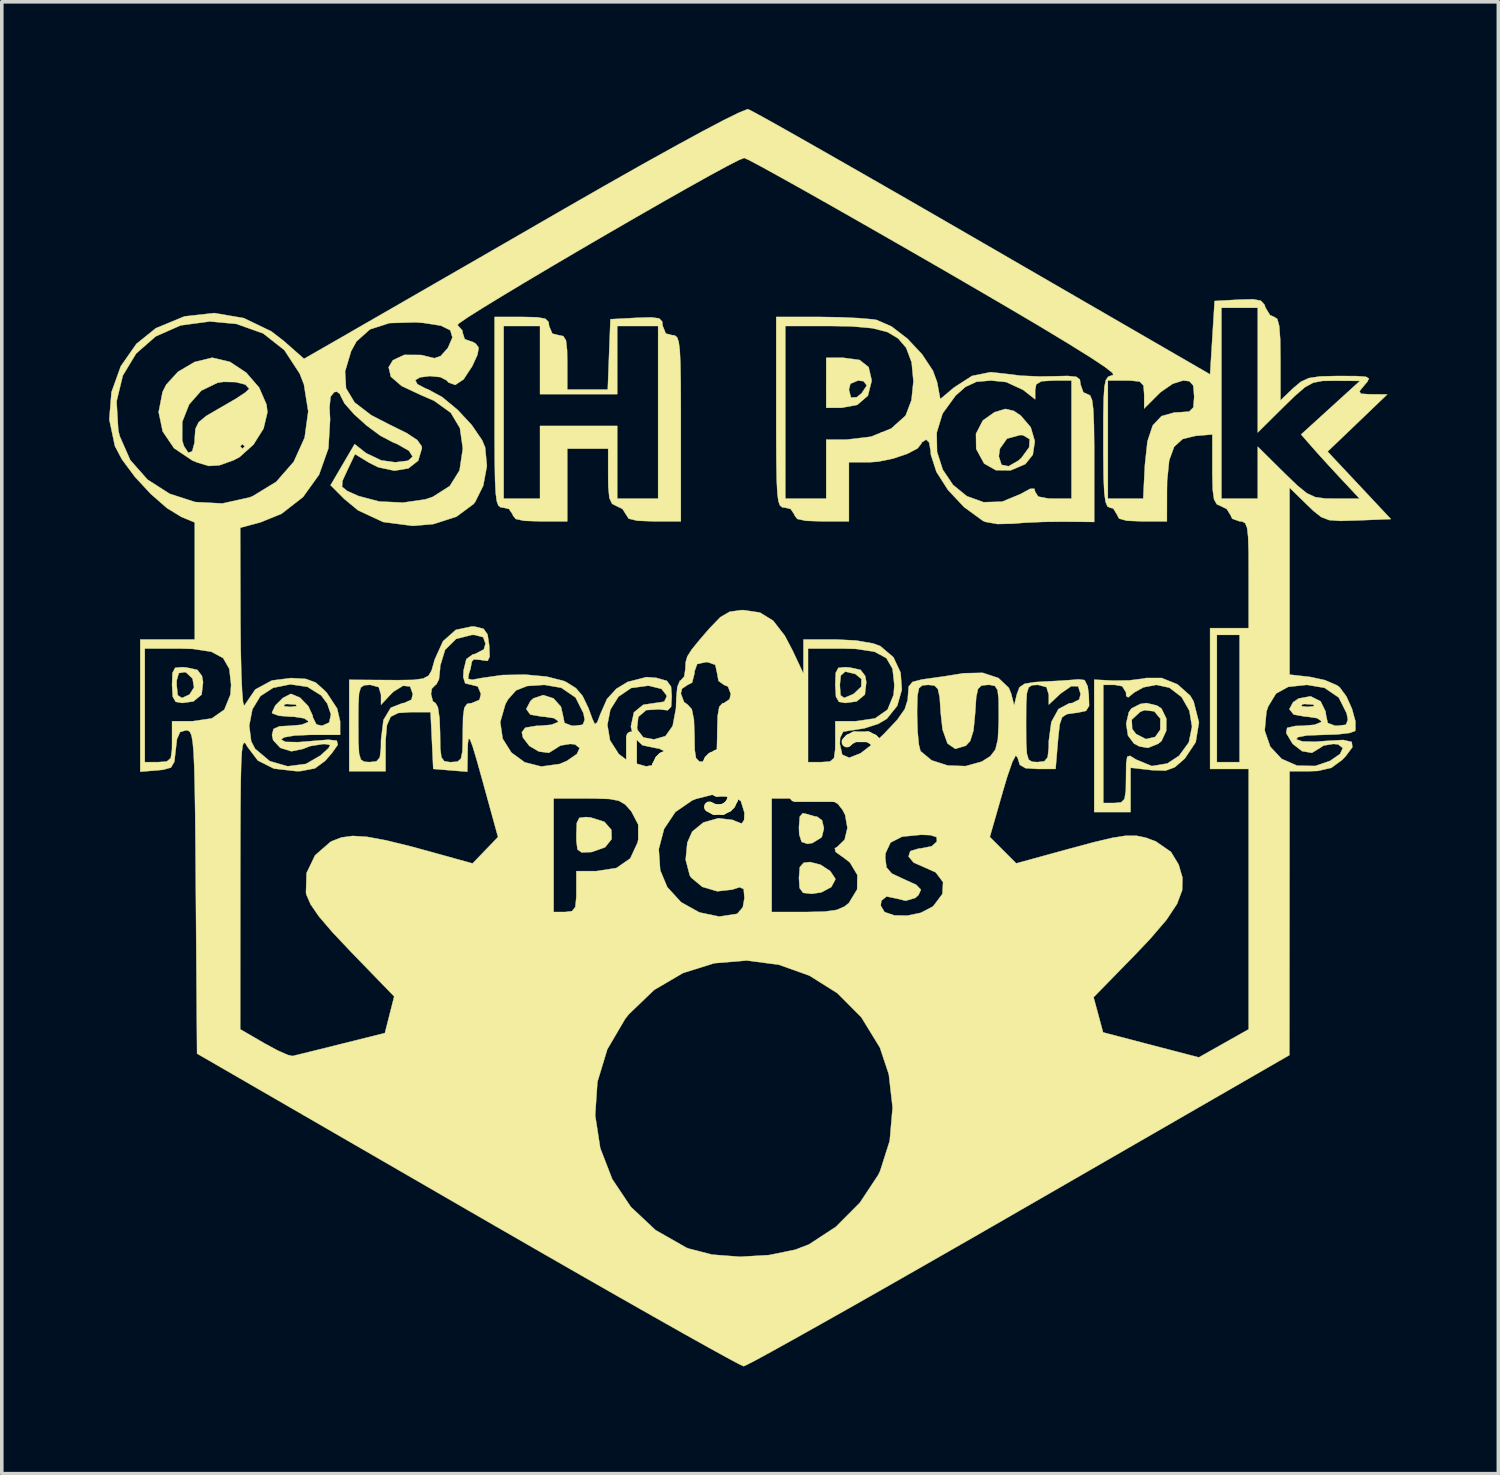
<source format=kicad_pcb>
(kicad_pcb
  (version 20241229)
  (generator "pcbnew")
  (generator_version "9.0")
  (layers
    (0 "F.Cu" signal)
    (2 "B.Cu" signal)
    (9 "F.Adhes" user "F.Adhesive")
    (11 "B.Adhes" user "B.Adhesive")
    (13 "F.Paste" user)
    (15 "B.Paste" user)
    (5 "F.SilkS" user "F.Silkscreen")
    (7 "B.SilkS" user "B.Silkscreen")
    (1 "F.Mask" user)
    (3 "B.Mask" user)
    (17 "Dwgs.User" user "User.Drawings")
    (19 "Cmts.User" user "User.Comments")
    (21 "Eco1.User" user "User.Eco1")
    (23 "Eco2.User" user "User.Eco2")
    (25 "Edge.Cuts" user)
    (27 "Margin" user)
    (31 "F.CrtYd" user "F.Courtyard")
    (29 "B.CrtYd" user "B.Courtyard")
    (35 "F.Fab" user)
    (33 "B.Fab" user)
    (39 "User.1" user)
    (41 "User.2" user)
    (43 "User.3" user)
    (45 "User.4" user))
  (footprint "logo_2"
    (layer "F.Cu")
    (at 18.016 18.383)
    (property "Reference" "logo_2" (at 0 0 0) (layer "F.SilkS") (effects (font (size 1.524 1.524) (thickness 0.3))))
    (attr through_hole)
    (fp_poly (pts (xy 1.874 2.742) (xy 2.143 2.918) (xy 2.282 3.125) (xy 2.286 3.159) (xy 2.174 3.367) (xy 1.896 3.515) (xy 1.626 3.556) (xy 1.386 3.528) (xy 1.288 3.395) (xy 1.27 3.111) (xy 1.294 2.81) (xy 1.401 2.687) (xy 1.578 2.667)) (stroke (width 0.01) (type solid)) (fill yes) (layer "F.SilkS"))
    (fp_poly (pts (xy -4.553 1.421) (xy -4.169 1.542) (xy -3.974 1.766) (xy -3.967 2.026) (xy -4.15 2.255) (xy -4.521 2.386) (xy -4.553 2.389) (xy -4.806 2.399) (xy -4.921 2.317) (xy -4.952 2.077) (xy -4.953 1.905) (xy -4.941 1.574) (xy -4.87 1.431) (xy -4.684 1.409)) (stroke (width 0.01) (type solid)) (fill yes) (layer "F.SilkS"))
    (fp_poly (pts (xy 1.471 1.32) (xy 1.704 1.388) (xy 1.775 1.397) (xy 1.915 1.5) (xy 1.969 1.727) (xy 1.912 1.957) (xy 1.892 1.985) (xy 1.647 2.135) (xy 1.508 2.159) (xy 1.345 2.104) (xy 1.278 1.898) (xy 1.27 1.701) (xy 1.292 1.4) (xy 1.376 1.302)) (stroke (width 0.01) (type solid)) (fill yes) (layer "F.SilkS"))
    (fp_poly (pts (xy 2.965 -11.369) (xy 3.218 -11.17) (xy 3.302 -10.808) (xy 3.302 -10.779) (xy 3.198 -10.37) (xy 2.9 -10.114) (xy 2.467 -10.033) (xy 2.032 -10.033) (xy 2.032 -10.541) (xy 2.667 -10.541) (xy 2.724 -10.32) (xy 2.885 -10.327) (xy 3.023 -10.439) (xy 3.166 -10.656) (xy 3.078 -10.775) (xy 2.921 -10.795) (xy 2.709 -10.705) (xy 2.667 -10.541) (xy 2.032 -10.541) (xy 2.032 -11.43) (xy 2.515 -11.43)) (stroke (width 0.01) (type solid)) (fill yes) (layer "F.SilkS"))
    (fp_poly (pts (xy -15.843 -2.77) (xy -15.548 -2.705) (xy -15.42 -2.537) (xy -15.389 -2.363) (xy -15.429 -2.013) (xy -15.66 -1.823) (xy -15.97 -1.78) (xy -16.154 -1.812) (xy -16.237 -1.956) (xy -16.256 -2.282) (xy -16.256 -2.294) (xy -16.256 -2.295) (xy -16.129 -2.295) (xy -16.097 -1.996) (xy -15.979 -1.919) (xy -15.767 -2.017) (xy -15.642 -2.217) (xy -15.683 -2.462) (xy -15.861 -2.63) (xy -15.908 -2.643) (xy -16.067 -2.615) (xy -16.126 -2.41) (xy -16.129 -2.295) (xy -16.256 -2.295) (xy -16.244 -2.621) (xy -16.17 -2.762) (xy -15.976 -2.782)) (stroke (width 0.01) (type solid)) (fill yes) (layer "F.SilkS"))
    (fp_poly (pts (xy 2.699 -2.77) (xy 2.994 -2.705) (xy 3.122 -2.537) (xy 3.153 -2.363) (xy 3.113 -2.013) (xy 2.882 -1.823) (xy 2.572 -1.78) (xy 2.388 -1.812) (xy 2.305 -1.956) (xy 2.286 -2.282) (xy 2.286 -2.286) (xy 2.413 -2.286) (xy 2.433 -1.996) (xy 2.534 -1.921) (xy 2.775 -2.022) (xy 2.802 -2.036) (xy 3.012 -2.236) (xy 3.017 -2.451) (xy 2.847 -2.59) (xy 2.565 -2.658) (xy 2.439 -2.547) (xy 2.413 -2.286) (xy 2.286 -2.286) (xy 2.286 -2.294) (xy 2.298 -2.621) (xy 2.372 -2.762) (xy 2.566 -2.782)) (stroke (width 0.01) (type solid)) (fill yes) (layer "F.SilkS"))
    (fp_poly (pts (xy 11.277 -1.709) (xy 11.405 -1.626) (xy 11.542 -1.344) (xy 11.538 -1.001) (xy 11.406 -0.715) (xy 11.311 -0.639) (xy 11.026 -0.524) (xy 10.787 -0.566) (xy 10.636 -0.645) (xy 10.469 -0.869) (xy 10.418 -1.202) (xy 10.444 -1.313) (xy 10.574 -1.313) (xy 10.586 -1.057) (xy 10.693 -0.914) (xy 10.968 -0.771) (xy 11.229 -0.83) (xy 11.371 -1.03) (xy 11.373 -1.343) (xy 11.204 -1.546) (xy 10.931 -1.579) (xy 10.81 -1.532) (xy 10.574 -1.313) (xy 10.444 -1.313) (xy 10.492 -1.521) (xy 10.566 -1.626) (xy 10.814 -1.753) (xy 10.986 -1.778)) (stroke (width 0.01) (type solid)) (fill yes) (layer "F.SilkS"))
    (fp_poly (pts (xy 7.276 -9.946) (xy 7.469 -9.817) (xy 7.75 -9.489) (xy 7.865 -9.096) (xy 7.808 -8.719) (xy 7.599 -8.458) (xy 7.188 -8.283) (xy 6.775 -8.288) (xy 6.45 -8.472) (xy 6.445 -8.477) (xy 6.338 -8.674) (xy 6.858 -8.674) (xy 6.933 -8.438) (xy 7.13 -8.398) (xy 7.409 -8.558) (xy 7.493 -8.636) (xy 7.707 -8.93) (xy 7.721 -9.153) (xy 7.538 -9.265) (xy 7.455 -9.271) (xy 7.086 -9.17) (xy 6.886 -8.885) (xy 6.858 -8.674) (xy 6.338 -8.674) (xy 6.225 -8.882) (xy 6.219 -9.306) (xy 6.412 -9.679) (xy 6.737 -9.909) (xy 7.041 -10.001)) (stroke (width 0.01) (type solid)) (fill yes) (layer "F.SilkS"))
    (fp_poly (pts (xy 11.855 -2.299) (xy 12.207 -1.986) (xy 12.304 -1.824) (xy 12.453 -1.236) (xy 12.363 -0.685) (xy 12.059 -0.228) (xy 11.78 0.015) (xy 11.521 0.111) (xy 11.157 0.1) (xy 11.106 0.095) (xy 10.541 0.031) (xy 10.541 1.27) (xy 9.525 1.27) (xy 9.525 -2.286) (xy 9.779 -2.286) (xy 9.779 1.016) (xy 10.097 1.016) (xy 10.278 0.998) (xy 10.372 0.903) (xy 10.409 0.669) (xy 10.414 0.31) (xy 10.418 -0.089) (xy 10.448 -0.278) (xy 10.527 -0.303) (xy 10.681 -0.208) (xy 10.696 -0.198) (xy 11.132 -0.017) (xy 11.569 -0.088) (xy 11.896 -0.304) (xy 12.17 -0.678) (xy 12.259 -1.119) (xy 12.185 -1.563) (xy 11.967 -1.947) (xy 11.626 -2.208) (xy 11.259 -2.286) (xy 10.901 -2.217) (xy 10.646 -2.076) (xy 10.474 -1.936) (xy 10.418 -1.974) (xy 10.414 -2.076) (xy 10.308 -2.248) (xy 10.097 -2.286) (xy 9.779 -2.286) (xy 9.525 -2.286) (xy 9.525 -2.432) (xy 10.065 -2.405) (xy 10.506 -2.412) (xy 10.909 -2.463) (xy 10.973 -2.478) (xy 11.411 -2.479)) (stroke (width 0.01) (type solid)) (fill yes) (layer "F.SilkS"))
    (fp_poly (pts (xy -14.638 -11.316) (xy -14.183 -11.016) (xy -13.82 -10.596) (xy -13.614 -10.12) (xy -13.59 -9.906) (xy -13.698 -9.452) (xy -13.979 -9.004) (xy -14.367 -8.656) (xy -14.54 -8.565) (xy -14.93 -8.425) (xy -15.228 -8.406) (xy -15.564 -8.507) (xy -15.695 -8.563) (xy -16.199 -8.902) (xy -16.353 -9.128) (xy -15.973 -9.128) (xy -15.925 -8.964) (xy -15.802 -8.776) (xy -15.692 -8.816) (xy -15.656 -8.954) (xy -14.351 -8.954) (xy -14.287 -8.89) (xy -14.224 -8.954) (xy -14.287 -9.017) (xy -14.351 -8.954) (xy -15.656 -8.954) (xy -15.627 -9.06) (xy -15.621 -9.203) (xy -15.602 -9.447) (xy -15.513 -9.628) (xy -15.303 -9.803) (xy -14.921 -10.026) (xy -14.861 -10.06) (xy -14.48 -10.281) (xy -14.206 -10.461) (xy -14.099 -10.563) (xy -14.099 -10.564) (xy -14.207 -10.681) (xy -14.478 -10.751) (xy -14.821 -10.757) (xy -14.985 -10.732) (xy -15.438 -10.513) (xy -15.779 -10.125) (xy -15.971 -9.638) (xy -15.973 -9.128) (xy -16.353 -9.128) (xy -16.517 -9.37) (xy -16.631 -9.912) (xy -16.522 -10.474) (xy -16.42 -10.678) (xy -16.09 -11.039) (xy -15.628 -11.312) (xy -15.153 -11.429) (xy -15.119 -11.43)) (stroke (width 0.01) (type solid)) (fill yes) (layer "F.SilkS"))
    (fp_poly (pts (xy -6.051 -12.564) (xy -5.821 -12.523) (xy -5.729 -12.432) (xy -5.715 -12.319) (xy -5.625 -12.107) (xy -5.461 -12.065) (xy -5.319 -12.037) (xy -5.242 -11.915) (xy -5.212 -11.641) (xy -5.207 -11.303) (xy -5.207 -10.541) (xy -4.075 -10.541) (xy -4.038 -11.525) (xy -4 -12.509) (xy -3.27 -12.548) (xy -2.858 -12.561) (xy -2.638 -12.532) (xy -2.553 -12.444) (xy -2.54 -12.325) (xy -2.453 -12.109) (xy -2.286 -12.065) (xy -2.201 -12.055) (xy -2.137 -12.004) (xy -2.092 -11.88) (xy -2.062 -11.649) (xy -2.044 -11.281) (xy -2.035 -10.742) (xy -2.032 -10) (xy -2.032 -9.461) (xy -2.032 -6.858) (xy -2.794 -6.858) (xy -3.248 -6.875) (xy -3.489 -6.933) (xy -3.556 -7.034) (xy -3.662 -7.204) (xy -3.81 -7.276) (xy -3.953 -7.347) (xy -4.03 -7.509) (xy -4.06 -7.822) (xy -4.064 -8.116) (xy -4.064 -8.89) (xy -5.207 -8.89) (xy -5.207 -6.858) (xy -5.969 -6.858) (xy -6.411 -6.873) (xy -6.649 -6.924) (xy -6.729 -7.026) (xy -6.731 -7.048) (xy -6.837 -7.204) (xy -6.985 -7.239) (xy -7.069 -7.249) (xy -7.133 -7.299) (xy -7.178 -7.422) (xy -7.208 -7.649) (xy -7.226 -8.012) (xy -7.235 -8.544) (xy -7.239 -9.276) (xy -7.239 -9.906) (xy -7.239 -12.319) (xy -6.985 -12.319) (xy -6.985 -7.493) (xy -5.969 -7.493) (xy -5.969 -9.525) (xy -3.81 -9.525) (xy -3.81 -7.493) (xy -2.667 -7.493) (xy -2.667 -12.319) (xy -3.81 -12.319) (xy -3.81 -10.414) (xy -5.969 -10.414) (xy -5.969 -12.319) (xy -6.985 -12.319) (xy -7.239 -12.319) (xy -7.239 -12.573) (xy -6.477 -12.573)) (stroke (width 0.01) (type solid)) (fill yes) (layer "F.SilkS"))
    (fp_poly (pts (xy 2.405 -12.564) (xy 2.937 -12.54) (xy 3.335 -12.505) (xy 3.441 -12.488) (xy 3.857 -12.307) (xy 4.304 -11.964) (xy 4.713 -11.527) (xy 5.016 -11.069) (xy 5.132 -10.751) (xy 5.221 -10.276) (xy 5.605 -10.599) (xy 6.109 -10.924) (xy 6.63 -11.029) (xy 7.081 -10.979) (xy 7.475 -10.93) (xy 7.988 -10.908) (xy 8.35 -10.913) (xy 8.784 -10.923) (xy 9.023 -10.899) (xy 9.124 -10.822) (xy 9.144 -10.68) (xy 9.221 -10.464) (xy 9.335 -10.414) (xy 9.411 -10.378) (xy 9.465 -10.248) (xy 9.499 -9.985) (xy 9.517 -9.555) (xy 9.525 -8.921) (xy 9.525 -8.628) (xy 9.525 -6.841) (xy 8.668 -6.849) (xy 8.117 -6.843) (xy 7.573 -6.819) (xy 7.239 -6.792) (xy 6.817 -6.783) (xy 6.478 -6.844) (xy 6.413 -6.873) (xy 5.887 -7.256) (xy 5.438 -7.733) (xy 5.113 -8.242) (xy 4.959 -8.72) (xy 4.953 -8.82) (xy 4.91 -9.062) (xy 4.826 -9.144) (xy 4.703 -9.065) (xy 4.699 -9.041) (xy 4.586 -8.897) (xy 4.296 -8.745) (xy 3.904 -8.613) (xy 3.485 -8.527) (xy 3.234 -8.509) (xy 2.667 -8.509) (xy 2.667 -6.858) (xy 1.905 -6.858) (xy 1.463 -6.873) (xy 1.225 -6.924) (xy 1.145 -7.026) (xy 1.143 -7.048) (xy 1.037 -7.204) (xy 0.889 -7.239) (xy 0.805 -7.249) (xy 0.741 -7.299) (xy 0.696 -7.422) (xy 0.666 -7.649) (xy 0.648 -8.012) (xy 0.639 -8.544) (xy 0.635 -9.276) (xy 0.635 -9.906) (xy 0.635 -12.319) (xy 0.889 -12.319) (xy 0.889 -7.493) (xy 2.032 -7.493) (xy 2.032 -9.144) (xy 2.608 -9.144) (xy 3.285 -9.225) (xy 3.56 -9.337) (xy 5.121 -9.337) (xy 5.131 -8.801) (xy 5.291 -8.302) (xy 5.577 -7.877) (xy 5.965 -7.561) (xy 6.431 -7.393) (xy 6.95 -7.408) (xy 7.461 -7.619) (xy 7.733 -7.767) (xy 7.852 -7.771) (xy 7.874 -7.682) (xy 7.96 -7.55) (xy 8.244 -7.496) (xy 8.382 -7.493) (xy 8.89 -7.493) (xy 8.89 -10.795) (xy 8.382 -10.795) (xy 8.051 -10.774) (xy 7.904 -10.689) (xy 7.874 -10.532) (xy 7.874 -10.269) (xy 7.539 -10.532) (xy 7.065 -10.751) (xy 6.638 -10.795) (xy 6.23 -10.759) (xy 5.922 -10.615) (xy 5.649 -10.373) (xy 5.286 -9.873) (xy 5.121 -9.337) (xy 3.56 -9.337) (xy 3.849 -9.453) (xy 4.24 -9.803) (xy 4.259 -9.832) (xy 4.416 -10.246) (xy 4.47 -10.773) (xy 4.421 -11.3) (xy 4.267 -11.71) (xy 4.044 -11.971) (xy 3.746 -12.149) (xy 3.325 -12.257) (xy 2.735 -12.309) (xy 2.153 -12.319) (xy 0.889 -12.319) (xy 0.635 -12.319) (xy 0.635 -12.573) (xy 1.826 -12.573)) (stroke (width 0.01) (type solid)) (fill yes) (layer "F.SilkS"))
    (fp_poly (pts (xy -0.002 -18.304) (xy 0.344 -18.115) (xy 0.869 -17.821) (xy 1.552 -17.434) (xy 2.375 -16.965) (xy 3.316 -16.427) (xy 4.356 -15.83) (xy 5.474 -15.185) (xy 6.413 -14.642) (xy 12.764 -10.967) (xy 12.879 -12.827) (xy 13.081 -12.827) (xy 13.081 -7.493) (xy 14.097 -7.493) (xy 14.097 -8.946) (xy 14.831 -8.219) (xy 15.204 -7.859) (xy 15.471 -7.643) (xy 15.705 -7.535) (xy 15.979 -7.497) (xy 16.254 -7.493) (xy 16.944 -7.493) (xy 16.438 -8.033) (xy 16.093 -8.405) (xy 15.766 -8.765) (xy 15.62 -8.93) (xy 15.308 -9.287) (xy 16.131 -10.035) (xy 16.954 -10.784) (xy 16.26 -10.789) (xy 15.907 -10.784) (xy 15.65 -10.735) (xy 15.417 -10.608) (xy 15.135 -10.365) (xy 14.831 -10.069) (xy 14.097 -9.342) (xy 14.097 -12.827) (xy 13.081 -12.827) (xy 12.879 -12.827) (xy 12.89 -13.018) (xy 13.567 -13.056) (xy 13.968 -13.067) (xy 14.185 -13.026) (xy 14.286 -12.914) (xy 14.312 -12.834) (xy 14.439 -12.624) (xy 14.556 -12.573) (xy 14.643 -12.516) (xy 14.697 -12.32) (xy 14.725 -11.945) (xy 14.732 -11.406) (xy 14.732 -10.239) (xy 15.088 -10.581) (xy 15.302 -10.76) (xy 15.525 -10.863) (xy 15.838 -10.91) (xy 16.318 -10.922) (xy 16.378 -10.922) (xy 16.853 -10.919) (xy 17.116 -10.901) (xy 17.205 -10.853) (xy 17.162 -10.761) (xy 17.081 -10.668) (xy 16.942 -10.497) (xy 16.978 -10.426) (xy 17.226 -10.41) (xy 17.284 -10.41) (xy 17.716 -10.406) (xy 16.883 -9.607) (xy 16.049 -8.809) (xy 16.934 -7.865) (xy 17.819 -6.921) (xy 16.89 -6.884) (xy 16.407 -6.87) (xy 16.095 -6.892) (xy 15.871 -6.978) (xy 15.651 -7.152) (xy 15.474 -7.322) (xy 14.986 -7.799) (xy 14.986 -2.573) (xy 15.563 -2.508) (xy 15.974 -2.419) (xy 16.311 -2.274) (xy 16.387 -2.218) (xy 16.573 -1.967) (xy 16.731 -1.618) (xy 16.827 -1.27) (xy 16.827 -1.021) (xy 16.815 -0.996) (xy 16.663 -0.941) (xy 16.332 -0.902) (xy 15.924 -0.889) (xy 15.472 -0.872) (xy 15.217 -0.824) (xy 15.175 -0.765) (xy 15.341 -0.706) (xy 15.696 -0.696) (xy 16.008 -0.719) (xy 16.483 -0.746) (xy 16.724 -0.692) (xy 16.743 -0.544) (xy 16.552 -0.288) (xy 16.452 -0.185) (xy 16.154 0.033) (xy 15.775 0.12) (xy 15.563 0.127) (xy 14.986 0.127) (xy 14.981 8.065) (xy 7.436 12.414) (xy 6.165 13.146) (xy 4.956 13.838) (xy 3.828 14.482) (xy 2.799 15.067) (xy 1.887 15.581) (xy 1.111 16.016) (xy 0.489 16.361) (xy 0.039 16.606) (xy -0.22 16.739) (xy -0.277 16.762) (xy -0.413 16.699) (xy -0.749 16.519) (xy -1.269 16.233) (xy -1.954 15.85) (xy -2.786 15.38) (xy -3.746 14.835) (xy -4.816 14.224) (xy -5.978 13.557) (xy -7.213 12.846) (xy -8.001 12.391) (xy -12.576 9.746) (xy -4.427 9.746) (xy -4.285 10.665) (xy -3.95 11.531) (xy -3.43 12.308) (xy -2.738 12.958) (xy -1.882 13.445) (xy -1.817 13.472) (xy -1.158 13.642) (xy -0.376 13.702) (xy 0.432 13.655) (xy 1.165 13.505) (xy 1.549 13.358) (xy 2.303 12.864) (xy 2.972 12.192) (xy 3.485 11.417) (xy 3.54 11.303) (xy 3.808 10.459) (xy 3.888 9.529) (xy 3.782 8.602) (xy 3.534 7.855) (xy 3.013 7.006) (xy 2.345 6.334) (xy 1.564 5.843) (xy 0.706 5.537) (xy -0.193 5.42) (xy -1.097 5.496) (xy -1.971 5.769) (xy -2.779 6.243) (xy -3.486 6.922) (xy -3.586 7.048) (xy -4.087 7.901) (xy -4.364 8.813) (xy -4.427 9.746) (xy -12.576 9.746) (xy -15.557 8.023) (xy -15.591 3.503) (xy -15.6 2.313) (xy -15.609 1.353) (xy -15.621 0.597) (xy -15.635 0.022) (xy -15.654 -0.398) (xy -15.679 -0.686) (xy -15.711 -0.867) (xy -15.753 -0.966) (xy -15.806 -1.008) (xy -15.869 -1.016) (xy -16.032 -0.966) (xy -16.118 -0.773) (xy -16.153 -0.476) (xy -16.192 -0.136) (xy -16.287 0.026) (xy -16.506 0.087) (xy -16.669 0.103) (xy -17.145 0.142) (xy -17.145 -3.302) (xy -17.018 -3.302) (xy -17.018 -0.127) (xy -16.637 -0.127) (xy -16.403 -0.144) (xy -16.292 -0.239) (xy -16.258 -0.483) (xy -16.256 -0.699) (xy -16.256 -1.146) (xy -14.099 -1.146) (xy -14.043 -0.708) (xy -13.934 -0.499) (xy -13.523 -0.154) (xy -13.025 -0.01) (xy -12.512 -0.076) (xy -12.104 -0.313) (xy -11.879 -0.519) (xy -11.836 -0.607) (xy -11.965 -0.63) (xy -12.042 -0.631) (xy -12.4 -0.573) (xy -12.597 -0.495) (xy -12.92 -0.429) (xy -13.229 -0.525) (xy -13.43 -0.74) (xy -13.462 -0.886) (xy -13.42 -1.054) (xy -13.251 -1.128) (xy -12.954 -1.143) (xy -12.636 -1.171) (xy -12.459 -1.242) (xy -12.446 -1.27) (xy -12.559 -1.35) (xy -12.84 -1.394) (xy -12.954 -1.397) (xy -13.272 -1.423) (xy -13.449 -1.489) (xy -13.462 -1.515) (xy -13.379 -1.689) (xy -13.129 -1.689) (xy -12.954 -1.671) (xy -12.774 -1.691) (xy -12.795 -1.735) (xy -13.055 -1.752) (xy -13.113 -1.735) (xy -13.129 -1.689) (xy -13.379 -1.689) (xy -13.368 -1.712) (xy -13.159 -1.919) (xy -12.946 -2.03) (xy -12.923 -2.032) (xy -12.679 -1.93) (xy -12.447 -1.691) (xy -12.323 -1.422) (xy -12.319 -1.377) (xy -12.22 -1.18) (xy -12.065 -1.143) (xy -11.863 -1.233) (xy -11.814 -1.461) (xy -11.916 -1.761) (xy -12.087 -1.992) (xy -12.47 -2.231) (xy -12.949 -2.301) (xy -13.429 -2.204) (xy -13.785 -1.974) (xy -14.01 -1.605) (xy -14.099 -1.146) (xy -16.256 -1.146) (xy -16.256 -1.27) (xy -15.684 -1.27) (xy -15.144 -1.349) (xy -14.795 -1.593) (xy -14.625 -2.011) (xy -14.605 -2.286) (xy -14.655 -2.734) (xy -14.828 -3.035) (xy -15.158 -3.213) (xy -15.681 -3.292) (xy -16.066 -3.302) (xy -17.018 -3.302) (xy -17.145 -3.302) (xy -17.145 -3.556) (xy -15.621 -3.556) (xy -15.621 -6.678) (xy -14.351 -6.678) (xy -14.343 -4.069) (xy -14.336 -3.275) (xy -14.32 -2.612) (xy -14.298 -2.109) (xy -14.271 -1.797) (xy -14.239 -1.702) (xy -14.231 -1.714) (xy -13.93 -2.157) (xy -13.464 -2.409) (xy -12.93 -2.477) (xy -12.517 -2.453) (xy -12.241 -2.352) (xy -11.985 -2.124) (xy -11.928 -2.062) (xy -11.641 -1.626) (xy -11.557 -1.268) (xy -11.557 -0.889) (xy -12.383 -0.889) (xy -12.828 -0.87) (xy -13.121 -0.82) (xy -13.208 -0.758) (xy -13.086 -0.692) (xy -12.73 -0.685) (xy -12.363 -0.715) (xy -11.89 -0.753) (xy -11.65 -0.727) (xy -11.623 -0.61) (xy -11.79 -0.374) (xy -11.979 -0.159) (xy -12.263 0.049) (xy -12.665 0.125) (xy -12.78 0.127) (xy -13.409 0.055) (xy -13.857 -0.171) (xy -14.15 -0.557) (xy -14.203 -0.649) (xy -14.246 -0.671) (xy -14.279 -0.6) (xy -14.305 -0.414) (xy -14.323 -0.089) (xy -14.335 0.396) (xy -14.342 1.064) (xy -14.346 1.939) (xy -14.348 3.042) (xy -14.348 3.194) (xy -14.351 7.341) (xy -13.684 7.729) (xy -13.311 7.931) (xy -13.018 8.061) (xy -12.89 8.09) (xy -12.72 8.049) (xy -12.362 7.961) (xy -11.877 7.841) (xy -11.535 7.755) (xy -10.306 7.448) (xy -10.176 6.936) (xy -10.046 6.424) (xy -11.237 5.196) (xy -11.777 4.624) (xy -12.151 4.186) (xy -12.383 3.849) (xy -12.499 3.582) (xy -12.512 3.524) (xy -12.495 2.973) (xy -12.258 2.479) (xy -11.834 2.109) (xy -11.787 2.083) (xy -11.519 1.979) (xy -11.206 1.937) (xy -10.804 1.962) (xy -10.273 2.06) (xy -9.568 2.233) (xy -9.084 2.365) (xy -7.854 2.706) (xy -7.499 2.337) (xy -7.143 1.968) (xy -7.44 0.889) (xy -5.588 0.889) (xy -5.588 4.064) (xy -5.271 4.064) (xy -5.075 4.04) (xy -4.982 3.924) (xy -4.954 3.647) (xy -4.953 3.493) (xy -4.953 2.921) (xy -4.396 2.921) (xy -3.831 2.833) (xy -3.447 2.567) (xy -3.326 2.306) (xy -2.649 2.306) (xy -2.609 2.894) (xy -2.412 3.367) (xy -2.025 3.79) (xy -1.514 4.075) (xy -0.958 4.191) (xy -0.455 4.114) (xy -0.3 3.933) (xy -0.254 3.673) (xy -0.275 3.422) (xy -0.388 3.371) (xy -0.595 3.438) (xy -1.012 3.485) (xy -1.431 3.361) (xy -1.743 3.103) (xy -1.783 3.039) (xy -1.897 2.603) (xy -1.851 2.124) (xy -1.714 1.816) (xy -1.401 1.56) (xy -0.983 1.442) (xy -0.578 1.491) (xy -0.515 1.52) (xy -0.332 1.591) (xy -0.263 1.493) (xy -0.254 1.288) (xy -0.354 0.962) (xy -0.469 0.889) (xy 0.508 0.889) (xy 0.508 4.064) (xy 1.46 4.064) (xy 1.985 4.052) (xy 2.325 4.005) (xy 2.548 3.909) (xy 2.577 3.885) (xy 3.556 3.885) (xy 3.663 4.065) (xy 3.936 4.158) (xy 4.299 4.165) (xy 4.679 4.085) (xy 5.002 3.917) (xy 5.029 3.895) (xy 5.281 3.559) (xy 5.299 3.228) (xy 5.094 2.956) (xy 4.793 2.821) (xy 4.476 2.682) (xy 4.335 2.511) (xy 4.383 2.361) (xy 4.629 2.287) (xy 4.676 2.286) (xy 4.981 2.226) (xy 5.126 2.095) (xy 5.12 1.971) (xy 4.944 1.915) (xy 4.687 1.905) (xy 4.154 1.957) (xy 3.831 2.122) (xy 3.692 2.418) (xy 3.683 2.555) (xy 3.718 2.817) (xy 3.866 2.988) (xy 4.191 3.141) (xy 4.547 3.302) (xy 4.68 3.438) (xy 4.615 3.586) (xy 4.524 3.67) (xy 4.254 3.75) (xy 4.029 3.694) (xy 3.72 3.629) (xy 3.575 3.746) (xy 3.556 3.885) (xy 2.577 3.885) (xy 2.667 3.81) (xy 2.897 3.431) (xy 2.903 3.029) (xy 2.692 2.676) (xy 2.533 2.554) (xy 2.296 2.385) (xy 2.273 2.282) (xy 2.339 2.244) (xy 2.546 2.044) (xy 2.625 1.714) (xy 2.561 1.348) (xy 2.488 1.206) (xy 2.353 1.037) (xy 2.18 0.942) (xy 1.899 0.899) (xy 1.439 0.889) (xy 1.394 0.889) (xy 0.508 0.889) (xy -0.469 0.889) (xy -0.635 0.784) (xy -1.064 0.762) (xy -1.611 0.903) (xy -1.716 0.945) (xy -2.184 1.267) (xy -2.501 1.742) (xy -2.649 2.306) (xy -3.326 2.306) (xy -3.24 2.121) (xy -3.223 2.032) (xy -3.224 1.618) (xy -3.411 1.259) (xy -3.427 1.238) (xy -3.588 1.058) (xy -3.767 0.953) (xy -4.033 0.904) (xy -4.458 0.89) (xy -4.645 0.889) (xy -5.588 0.889) (xy -7.44 0.889) (xy -7.562 0.445) (xy -7.735 -0.174) (xy -7.853 -0.569) (xy -7.927 -0.763) (xy -7.968 -0.779) (xy -7.987 -0.638) (xy -7.991 -0.469) (xy -8.001 0.142) (xy -8.954 0.064) (xy -8.991 -0.73) (xy -9.029 -1.524) (xy -9.581 -1.524) (xy -9.932 -1.5) (xy -10.143 -1.396) (xy -10.249 -1.16) (xy -10.285 -0.744) (xy -10.287 -0.498) (xy -10.287 0.127) (xy -11.303 0.127) (xy -11.303 -1.206) (xy -11.049 -1.206) (xy -11.046 -0.684) (xy -11.027 -0.365) (xy -10.978 -0.199) (xy -10.884 -0.137) (xy -10.732 -0.127) (xy -10.542 -0.148) (xy -10.448 -0.255) (xy -10.417 -0.512) (xy -10.414 -0.753) (xy -10.346 -1.304) (xy -10.142 -1.647) (xy -9.808 -1.777) (xy -9.77 -1.778) (xy -9.564 -1.872) (xy -9.525 -2.032) (xy -9.017 -2.032) (xy -8.964 -1.826) (xy -8.89 -1.778) (xy -8.824 -1.661) (xy -8.778 -1.352) (xy -8.763 -0.953) (xy -8.757 -0.509) (xy -8.726 -0.262) (xy -8.647 -0.154) (xy -8.497 -0.127) (xy -8.445 -0.127) (xy -8.275 -0.141) (xy -8.18 -0.223) (xy -8.138 -0.429) (xy -8.128 -0.818) (xy -8.128 -0.953) (xy -8.123 -1.244) (xy -7.081 -1.244) (xy -7.012 -0.78) (xy -6.77 -0.394) (xy -6.397 -0.122) (xy -5.933 -0.004) (xy -5.418 -0.075) (xy -5.217 -0.161) (xy -4.938 -0.354) (xy -4.861 -0.521) (xy -4.992 -0.622) (xy -5.125 -0.635) (xy -5.398 -0.59) (xy -5.524 -0.508) (xy -5.723 -0.386) (xy -5.998 -0.422) (xy -6.266 -0.578) (xy -6.446 -0.812) (xy -6.477 -0.962) (xy -6.38 -1.09) (xy -6.072 -1.141) (xy -5.969 -1.143) (xy -5.651 -1.171) (xy -5.474 -1.242) (xy -5.461 -1.27) (xy -5.573 -1.354) (xy -5.847 -1.396) (xy -5.905 -1.397) (xy -6.24 -1.455) (xy -6.354 -1.611) (xy -6.235 -1.836) (xy -6.156 -1.908) (xy -5.878 -2.001) (xy -5.591 -1.908) (xy -5.384 -1.677) (xy -5.334 -1.463) (xy -5.285 -1.223) (xy -5.087 -1.146) (xy -5.003 -1.143) (xy -4.797 -1.169) (xy -4.086 -1.169) (xy -4.012 -0.736) (xy -3.766 -0.351) (xy -3.493 -0.147) (xy -3.003 -0.008) (xy -2.614 -0.077) (xy -2.435 -0.231) (xy -2.449 -0.409) (xy -2.64 -0.507) (xy -2.675 -0.508) (xy -3.103 -0.597) (xy -3.364 -0.845) (xy -3.429 -1.122) (xy -3.344 -1.517) (xy -3.083 -1.73) (xy -2.759 -1.778) (xy -2.498 -1.816) (xy -2.43 -1.952) (xy -2.436 -2) (xy -2.572 -2.174) (xy -2.917 -2.259) (xy -2.952 -2.262) (xy -3.421 -2.198) (xy -3.776 -1.956) (xy -4.002 -1.595) (xy -4.086 -1.169) (xy -4.797 -1.169) (xy -4.773 -1.172) (xy -4.72 -1.311) (xy -4.754 -1.492) (xy -4.975 -1.933) (xy -5.373 -2.205) (xy -5.846 -2.286) (xy -6.329 -2.254) (xy -6.641 -2.131) (xy -6.863 -1.879) (xy -6.937 -1.747) (xy -7.081 -1.244) (xy -8.123 -1.244) (xy -8.12 -1.399) (xy -8.085 -1.648) (xy -8.005 -1.756) (xy -7.874 -1.778) (xy -7.662 -1.868) (xy -7.62 -2.032) (xy -7.708 -2.243) (xy -7.882 -2.286) (xy -8.06 -2.328) (xy -8.115 -2.502) (xy -8.104 -2.699) (xy -8.028 -3.007) (xy -7.848 -3.138) (xy -7.779 -3.152) (xy -7.54 -3.278) (xy -7.493 -3.438) (xy -7.557 -3.618) (xy -7.79 -3.681) (xy -7.874 -3.683) (xy -8.314 -3.571) (xy -8.623 -3.267) (xy -8.76 -2.816) (xy -8.763 -2.731) (xy -8.795 -2.437) (xy -8.873 -2.29) (xy -8.89 -2.286) (xy -8.993 -2.18) (xy -9.017 -2.032) (xy -9.525 -2.032) (xy -9.601 -2.241) (xy -9.797 -2.262) (xy -10.066 -2.096) (xy -10.155 -2.008) (xy -10.414 -1.73) (xy -10.414 -2.008) (xy -10.478 -2.223) (xy -10.712 -2.286) (xy -10.732 -2.286) (xy -10.885 -2.276) (xy -10.979 -2.213) (xy -11.028 -2.046) (xy -11.046 -1.725) (xy -11.049 -1.206) (xy -11.303 -1.206) (xy -11.303 -2.428) (xy -10.573 -2.423) (xy -9.936 -2.419) (xy -9.507 -2.426) (xy -9.239 -2.462) (xy -9.086 -2.542) (xy -9.002 -2.682) (xy -8.94 -2.897) (xy -8.915 -2.991) (xy -8.681 -3.507) (xy -8.323 -3.824) (xy -7.866 -3.921) (xy -7.787 -3.914) (xy -7.548 -3.855) (xy -7.435 -3.696) (xy -7.389 -3.386) (xy -7.377 -3.075) (xy -7.433 -2.957) (xy -7.588 -2.974) (xy -7.612 -2.982) (xy -7.817 -3) (xy -7.874 -2.94) (xy -7.916 -2.721) (xy -7.958 -2.596) (xy -7.982 -2.458) (xy -7.866 -2.429) (xy -7.609 -2.477) (xy -7.02 -2.561) (xy -6.38 -2.573) (xy -5.779 -2.517) (xy -5.311 -2.398) (xy -5.229 -2.361) (xy -4.967 -2.196) (xy -4.78 -1.98) (xy -4.616 -1.639) (xy -4.504 -1.333) (xy -4.435 -1.187) (xy -4.368 -1.242) (xy -4.286 -1.46) (xy -4.096 -1.892) (xy -3.833 -2.178) (xy -3.518 -2.369) (xy -2.991 -2.504) (xy -2.715 -2.482) (xy -2.423 -2.399) (xy -2.306 -2.239) (xy -2.286 -1.966) (xy -2.303 -1.676) (xy -2.398 -1.576) (xy -2.633 -1.6) (xy -2.642 -1.602) (xy -2.999 -1.581) (xy -3.221 -1.391) (xy -3.256 -1.082) (xy -3.24 -1.022) (xy -3.079 -0.817) (xy -2.782 -0.762) (xy -2.463 -0.853) (xy -2.261 -1.136) (xy -2.168 -1.63) (xy -2.159 -1.913) (xy -2.147 -2.046) (xy -2.032 -2.046) (xy -1.944 -1.809) (xy -1.841 -1.732) (xy -1.726 -1.607) (xy -1.666 -1.313) (xy -1.651 -0.893) (xy -1.644 -0.469) (xy -1.608 -0.24) (xy -1.517 -0.146) (xy -1.347 -0.127) (xy -1.333 -0.127) (xy -1.163 -0.141) (xy -1.068 -0.223) (xy -1.026 -0.429) (xy -1.016 -0.818) (xy -1.016 -0.953) (xy -1.003 -1.416) (xy -0.958 -1.673) (xy -0.869 -1.772) (xy -0.826 -1.778) (xy -0.67 -1.884) (xy -0.635 -2.032) (xy -0.714 -2.239) (xy -0.826 -2.286) (xy -0.979 -2.396) (xy -1.016 -2.603) (xy -1.068 -2.845) (xy -1.275 -2.92) (xy -1.333 -2.921) (xy -1.575 -2.869) (xy -1.65 -2.662) (xy -1.651 -2.603) (xy -1.717 -2.348) (xy -1.841 -2.286) (xy -1.999 -2.181) (xy -2.032 -2.046) (xy -2.147 -2.046) (xy -2.13 -2.228) (xy -2.059 -2.401) (xy -2.032 -2.413) (xy -1.937 -2.522) (xy -1.905 -2.736) (xy -1.897 -2.92) (xy -1.852 -3.078) (xy -1.734 -3.266) (xy -1.511 -3.541) (xy -1.226 -3.871) (xy -0.927 -4.18) (xy -0.668 -4.33) (xy -0.352 -4.375) (xy -0.277 -4.376) (xy 0.179 -4.308) (xy 0.549 -4.081) (xy 0.875 -3.66) (xy 1.096 -3.239) (xy 1.395 -2.603) (xy 1.396 -3.302) (xy 1.524 -3.302) (xy 1.524 -0.127) (xy 1.905 -0.127) (xy 2.139 -0.144) (xy 2.25 -0.239) (xy 2.284 -0.483) (xy 2.286 -0.699) (xy 2.286 -1.27) (xy 2.857 -1.27) (xy 3.398 -1.349) (xy 3.747 -1.593) (xy 3.917 -2.011) (xy 3.937 -2.286) (xy 3.887 -2.734) (xy 3.714 -3.035) (xy 3.384 -3.213) (xy 2.861 -3.292) (xy 2.477 -3.302) (xy 1.524 -3.302) (xy 1.396 -3.302) (xy 1.397 -3.556) (xy 2.292 -3.556) (xy 2.874 -3.526) (xy 3.344 -3.444) (xy 3.544 -3.371) (xy 3.912 -3.058) (xy 4.112 -2.629) (xy 4.147 -2.153) (xy 4.018 -1.7) (xy 3.726 -1.337) (xy 3.489 -1.197) (xy 3.103 -1.072) (xy 2.753 -1.016) (xy 2.735 -1.016) (xy 2.505 -0.976) (xy 2.421 -0.804) (xy 2.413 -0.635) (xy 2.48 -0.335) (xy 2.676 -0.249) (xy 2.994 -0.374) (xy 3.428 -0.709) (xy 3.647 -0.916) (xy 4.019 -1.31) (xy 4.226 -1.605) (xy 4.574 -1.605) (xy 4.574 -1.429) (xy 4.588 -0.973) (xy 4.623 -0.614) (xy 4.669 -0.434) (xy 4.979 -0.177) (xy 5.43 -0.032) (xy 5.928 -0.015) (xy 6.379 -0.14) (xy 6.39 -0.146) (xy 6.622 -0.294) (xy 6.762 -0.478) (xy 6.831 -0.763) (xy 6.854 -1.206) (xy 7.62 -1.206) (xy 7.623 -0.684) (xy 7.642 -0.365) (xy 7.691 -0.199) (xy 7.785 -0.137) (xy 7.938 -0.127) (xy 8.131 -0.15) (xy 8.224 -0.262) (xy 8.253 -0.531) (xy 8.255 -0.72) (xy 8.326 -1.248) (xy 8.525 -1.61) (xy 8.831 -1.772) (xy 8.91 -1.778) (xy 9.107 -1.877) (xy 9.144 -2.032) (xy 9.076 -2.246) (xy 8.884 -2.25) (xy 8.587 -2.045) (xy 8.549 -2.01) (xy 8.255 -1.734) (xy 8.255 -2.01) (xy 8.19 -2.223) (xy 7.955 -2.286) (xy 7.938 -2.286) (xy 7.784 -2.276) (xy 7.69 -2.213) (xy 7.641 -2.046) (xy 7.623 -1.725) (xy 7.62 -1.206) (xy 6.854 -1.206) (xy 6.854 -1.214) (xy 6.856 -1.429) (xy 6.852 -1.883) (xy 6.823 -2.14) (xy 6.749 -2.255) (xy 6.611 -2.285) (xy 6.547 -2.286) (xy 6.374 -2.268) (xy 6.276 -2.173) (xy 6.226 -1.944) (xy 6.198 -1.521) (xy 6.197 -1.505) (xy 6.15 -1.011) (xy 6.058 -0.717) (xy 5.937 -0.585) (xy 5.642 -0.497) (xy 5.423 -0.648) (xy 5.285 -1.036) (xy 5.233 -1.505) (xy 5.205 -1.935) (xy 5.155 -2.169) (xy 5.059 -2.266) (xy 4.889 -2.286) (xy 4.883 -2.286) (xy 4.718 -2.272) (xy 4.625 -2.191) (xy 4.584 -1.987) (xy 4.574 -1.605) (xy 4.226 -1.605) (xy 4.228 -1.608) (xy 4.311 -1.871) (xy 4.318 -1.983) (xy 4.338 -2.24) (xy 4.446 -2.37) (xy 4.713 -2.438) (xy 4.858 -2.458) (xy 5.34 -2.526) (xy 5.817 -2.602) (xy 5.877 -2.612) (xy 6.408 -2.623) (xy 6.848 -2.478) (xy 7.137 -2.203) (xy 7.201 -2.048) (xy 7.287 -1.714) (xy 7.364 -2.032) (xy 7.435 -2.218) (xy 7.581 -2.318) (xy 7.869 -2.364) (xy 8.134 -2.379) (xy 8.574 -2.402) (xy 8.942 -2.428) (xy 9.081 -2.442) (xy 9.255 -2.42) (xy 9.342 -2.248) (xy 9.373 -2.009) (xy 9.382 -1.699) (xy 9.296 -1.559) (xy 9.054 -1.507) (xy 8.992 -1.501) (xy 8.759 -1.467) (xy 8.628 -1.382) (xy 8.56 -1.182) (xy 8.518 -0.804) (xy 8.509 -0.699) (xy 8.445 0.064) (xy 7.938 0.064) (xy 7.604 0.043) (xy 7.445 -0.05) (xy 7.382 -0.254) (xy 7.332 -0.313) (xy 7.237 -0.135) (xy 7.092 0.285) (xy 6.97 0.697) (xy 6.606 1.966) (xy 6.975 2.335) (xy 7.345 2.704) (xy 8.798 2.305) (xy 9.508 2.114) (xy 10.028 1.991) (xy 10.409 1.931) (xy 10.703 1.931) (xy 10.964 1.985) (xy 11.242 2.088) (xy 11.248 2.091) (xy 11.67 2.383) (xy 11.885 2.737) (xy 11.992 3.102) (xy 11.983 3.457) (xy 11.84 3.838) (xy 11.546 4.282) (xy 11.083 4.822) (xy 10.641 5.287) (xy 9.507 6.447) (xy 9.64 6.938) (xy 9.772 7.429) (xy 11.111 7.779) (xy 12.45 8.128) (xy 13.843 7.342) (xy 13.843 3.703) (xy 13.843 0.064) (xy 12.764 0.064) (xy 12.764 -3.683) (xy 12.954 -3.683) (xy 12.954 -0.127) (xy 13.589 -0.127) (xy 13.589 -1.008) (xy 14.291 -1.008) (xy 14.447 -0.557) (xy 14.764 -0.218) (xy 15.198 -0.028) (xy 15.704 -0.019) (xy 16.119 -0.161) (xy 16.398 -0.354) (xy 16.475 -0.521) (xy 16.344 -0.622) (xy 16.211 -0.635) (xy 15.938 -0.59) (xy 15.812 -0.508) (xy 15.611 -0.386) (xy 15.336 -0.433) (xy 15.082 -0.63) (xy 15.057 -0.663) (xy 14.893 -0.939) (xy 14.917 -1.084) (xy 15.153 -1.138) (xy 15.367 -1.143) (xy 15.685 -1.171) (xy 15.862 -1.242) (xy 15.875 -1.27) (xy 15.763 -1.354) (xy 15.489 -1.396) (xy 15.431 -1.397) (xy 15.101 -1.457) (xy 14.98 -1.607) (xy 15.024 -1.689) (xy 15.319 -1.689) (xy 15.494 -1.671) (xy 15.674 -1.691) (xy 15.653 -1.735) (xy 15.393 -1.752) (xy 15.335 -1.735) (xy 15.319 -1.689) (xy 15.024 -1.689) (xy 15.084 -1.8) (xy 15.24 -1.905) (xy 15.574 -1.967) (xy 15.854 -1.826) (xy 15.997 -1.533) (xy 16.002 -1.456) (xy 16.053 -1.221) (xy 16.254 -1.145) (xy 16.333 -1.143) (xy 16.563 -1.172) (xy 16.616 -1.311) (xy 16.582 -1.492) (xy 16.361 -1.933) (xy 15.963 -2.204) (xy 15.472 -2.286) (xy 14.95 -2.231) (xy 14.608 -2.043) (xy 14.39 -1.685) (xy 14.34 -1.539) (xy 14.291 -1.008) (xy 13.589 -1.008) (xy 13.589 -3.683) (xy 12.954 -3.683) (xy 12.764 -3.683) (xy 12.764 -3.873) (xy 13.843 -3.873) (xy 13.843 -5.366) (xy 13.841 -6.001) (xy 13.828 -6.425) (xy 13.798 -6.68) (xy 13.744 -6.809) (xy 13.658 -6.854) (xy 13.589 -6.858) (xy 13.383 -6.931) (xy 13.335 -7.034) (xy 13.229 -7.204) (xy 13.081 -7.276) (xy 12.951 -7.336) (xy 12.875 -7.472) (xy 12.838 -7.737) (xy 12.827 -8.188) (xy 12.827 -8.314) (xy 12.827 -9.286) (xy 12.354 -9.247) (xy 11.998 -9.16) (xy 11.76 -8.944) (xy 11.621 -8.565) (xy 11.563 -7.987) (xy 11.559 -7.715) (xy 11.557 -6.858) (xy 10.858 -6.858) (xy 10.437 -6.875) (xy 10.22 -6.935) (xy 10.16 -7.048) (xy 10.058 -7.217) (xy 9.97 -7.239) (xy 9.894 -7.274) (xy 9.841 -7.403) (xy 9.806 -7.663) (xy 9.787 -8.088) (xy 9.78 -8.716) (xy 9.779 -9.072) (xy 9.78 -9.787) (xy 9.789 -10.289) (xy 9.81 -10.615) (xy 9.847 -10.795) (xy 9.906 -10.795) (xy 9.906 -7.493) (xy 10.894 -7.493) (xy 10.942 -8.434) (xy 11.013 -9.096) (xy 11.161 -9.54) (xy 11.405 -9.799) (xy 11.766 -9.901) (xy 11.894 -9.906) (xy 12.179 -9.927) (xy 12.296 -10.042) (xy 12.319 -10.328) (xy 12.319 -10.351) (xy 12.295 -10.652) (xy 12.188 -10.775) (xy 12.011 -10.795) (xy 11.72 -10.704) (xy 11.387 -10.474) (xy 11.313 -10.404) (xy 10.922 -10.013) (xy 10.922 -10.404) (xy 10.903 -10.655) (xy 10.797 -10.766) (xy 10.531 -10.794) (xy 10.414 -10.795) (xy 9.906 -10.795) (xy 9.847 -10.795) (xy 9.849 -10.805) (xy 9.913 -10.899) (xy 10.007 -10.937) (xy 10.056 -10.945) (xy 10.037 -11.008) (xy 9.822 -11.176) (xy 9.407 -11.451) (xy 8.788 -11.836) (xy 7.961 -12.335) (xy 6.921 -12.948) (xy 5.664 -13.68) (xy 5.108 -14.002) (xy 4.054 -14.608) (xy 3.065 -15.174) (xy 2.164 -15.687) (xy 1.372 -16.134) (xy 0.711 -16.503) (xy 0.204 -16.782) (xy -0.128 -16.958) (xy -0.261 -17.018) (xy -0.411 -16.958) (xy -0.742 -16.788) (xy -1.225 -16.526) (xy -1.831 -16.188) (xy -2.53 -15.792) (xy -3.294 -15.354) (xy -4.093 -14.892) (xy -4.899 -14.422) (xy -5.681 -13.962) (xy -6.412 -13.528) (xy -7.061 -13.137) (xy -7.6 -12.807) (xy -8 -12.554) (xy -8.232 -12.395) (xy -8.276 -12.347) (xy -8.141 -12.195) (xy -8.128 -12.118) (xy -8.074 -11.954) (xy -8.033 -11.936) (xy -7.851 -11.874) (xy -7.767 -11.826) (xy -7.683 -11.715) (xy -7.717 -11.515) (xy -7.865 -11.193) (xy -8.107 -10.826) (xy -8.339 -10.671) (xy -8.534 -10.743) (xy -8.572 -10.795) (xy -8.751 -10.889) (xy -9.045 -10.919) (xy -9.326 -10.883) (xy -9.455 -10.805) (xy -9.398 -10.694) (xy -9.165 -10.57) (xy -9.106 -10.55) (xy -8.709 -10.336) (xy -8.274 -9.977) (xy -7.876 -9.549) (xy -7.587 -9.126) (xy -7.503 -8.924) (xy -7.454 -8.405) (xy -7.556 -7.855) (xy -7.783 -7.397) (xy -7.831 -7.339) (xy -8.305 -6.988) (xy -8.95 -6.781) (xy -9.525 -6.731) (xy -10.353 -6.839) (xy -11.058 -7.167) (xy -11.443 -7.486) (xy -11.781 -7.825) (xy -11.504 -7.825) (xy -11.357 -7.706) (xy -11.043 -7.566) (xy -10.464 -7.413) (xy -9.797 -7.382) (xy -9.172 -7.473) (xy -8.966 -7.543) (xy -8.492 -7.845) (xy -8.218 -8.284) (xy -8.128 -8.887) (xy -8.128 -8.901) (xy -8.208 -9.465) (xy -8.465 -9.895) (xy -8.93 -10.229) (xy -9.301 -10.39) (xy -9.837 -10.641) (xy -10.139 -10.903) (xy -10.201 -11.166) (xy -10.082 -11.363) (xy -9.763 -11.512) (xy -9.294 -11.509) (xy -8.919 -11.419) (xy -8.747 -11.479) (xy -8.552 -11.696) (xy -8.541 -11.713) (xy -8.418 -11.999) (xy -8.477 -12.199) (xy -8.739 -12.329) (xy -9.226 -12.405) (xy -9.442 -12.422) (xy -10.177 -12.401) (xy -10.723 -12.225) (xy -11.101 -11.887) (xy -11.25 -11.616) (xy -11.419 -11.049) (xy -11.392 -10.581) (xy -11.153 -10.183) (xy -10.687 -9.825) (xy -10.194 -9.571) (xy -9.693 -9.324) (xy -9.399 -9.129) (xy -9.279 -8.959) (xy -9.271 -8.902) (xy -9.374 -8.554) (xy -9.648 -8.339) (xy -10.038 -8.273) (xy -10.492 -8.37) (xy -10.746 -8.497) (xy -11.141 -8.738) (xy -11.354 -8.29) (xy -11.491 -7.992) (xy -11.504 -7.825) (xy -11.781 -7.825) (xy -11.825 -7.868) (xy -11.152 -9.017) (xy -10.829 -8.763) (xy -10.408 -8.563) (xy -10.016 -8.509) (xy -9.657 -8.553) (xy -9.531 -8.668) (xy -9.634 -8.832) (xy -9.963 -9.02) (xy -10.088 -9.071) (xy -10.434 -9.254) (xy -10.814 -9.534) (xy -11.168 -9.853) (xy -11.436 -10.157) (xy -11.555 -10.39) (xy -11.557 -10.41) (xy -11.648 -10.484) (xy -11.726 -10.468) (xy -11.825 -10.341) (xy -11.854 -10.036) (xy -11.837 -9.707) (xy -11.885 -8.899) (xy -12.146 -8.162) (xy -12.594 -7.538) (xy -13.198 -7.068) (xy -13.781 -6.831) (xy -14.351 -6.678) (xy -15.621 -6.678) (xy -15.621 -6.827) (xy -15.997 -6.983) (xy -16.398 -7.228) (xy -16.853 -7.626) (xy -17.295 -8.103) (xy -17.657 -8.59) (xy -17.854 -8.964) (xy -18.011 -9.707) (xy -17.97 -10.212) (xy -17.807 -10.212) (xy -17.76 -9.412) (xy -17.72 -9.241) (xy -17.424 -8.57) (xy -16.942 -8.025) (xy -16.322 -7.628) (xy -15.609 -7.398) (xy -14.85 -7.358) (xy -14.089 -7.527) (xy -13.999 -7.563) (xy -13.343 -7.964) (xy -12.854 -8.524) (xy -12.55 -9.196) (xy -12.449 -9.931) (xy -12.569 -10.684) (xy -12.686 -10.986) (xy -13.117 -11.646) (xy -13.708 -12.111) (xy -14.456 -12.377) (xy -15.196 -12.446) (xy -16.018 -12.336) (xy -16.714 -12.028) (xy -17.26 -11.55) (xy -17.632 -10.935) (xy -17.807 -10.212) (xy -17.97 -10.212) (xy -17.949 -10.471) (xy -17.689 -11.195) (xy -17.253 -11.819) (xy -16.71 -12.257) (xy -15.909 -12.588) (xy -15.074 -12.681) (xy -14.251 -12.54) (xy -13.482 -12.17) (xy -13.14 -11.907) (xy -12.566 -11.402) (xy -11.395 -12.074) (xy -11.035 -12.282) (xy -10.484 -12.599) (xy -9.772 -13.009) (xy -8.929 -13.495) (xy -7.984 -14.039) (xy -6.966 -14.626) (xy -5.906 -15.238) (xy -5.291 -15.593) (xy -4.159 -16.242) (xy -3.131 -16.824) (xy -2.225 -17.327) (xy -1.46 -17.744) (xy -0.853 -18.064) (xy -0.422 -18.277) (xy -0.184 -18.374) (xy -0.148 -18.378)) (stroke (width 0.01) (type solid)) (fill yes) (layer "F.SilkS")))
  (gr_rect
    (start -3 -3)
    (end 38.839 38.149)
    (stroke (width 0.1) (type default))
    (fill no)
    (layer "Edge.Cuts")))
</source>
